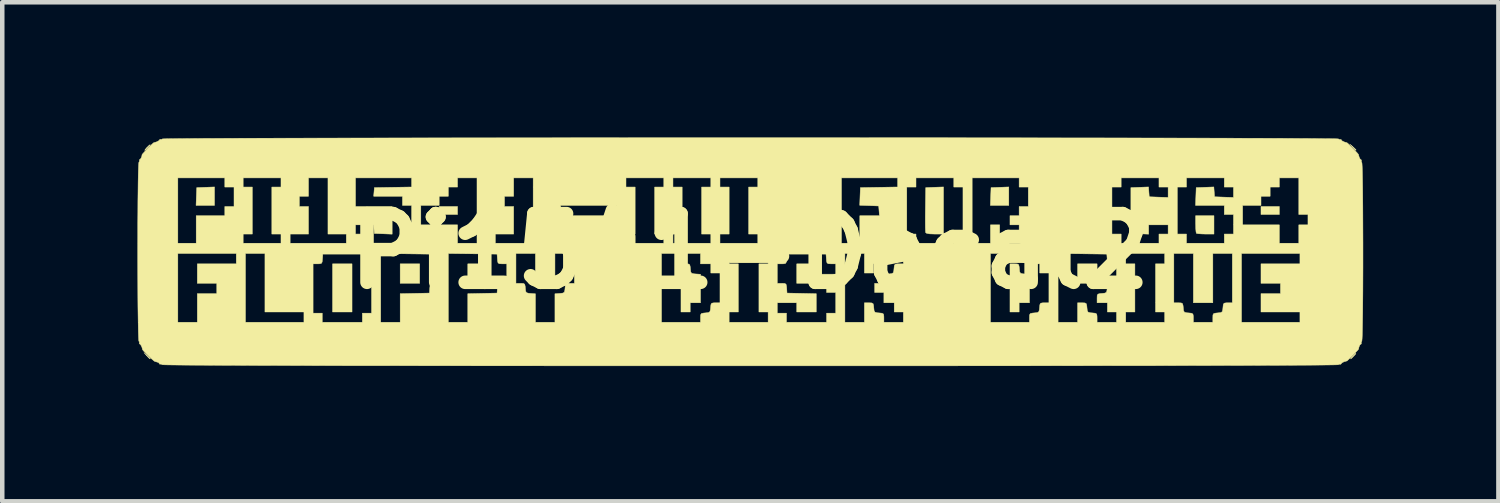
<source format=kicad_pcb>
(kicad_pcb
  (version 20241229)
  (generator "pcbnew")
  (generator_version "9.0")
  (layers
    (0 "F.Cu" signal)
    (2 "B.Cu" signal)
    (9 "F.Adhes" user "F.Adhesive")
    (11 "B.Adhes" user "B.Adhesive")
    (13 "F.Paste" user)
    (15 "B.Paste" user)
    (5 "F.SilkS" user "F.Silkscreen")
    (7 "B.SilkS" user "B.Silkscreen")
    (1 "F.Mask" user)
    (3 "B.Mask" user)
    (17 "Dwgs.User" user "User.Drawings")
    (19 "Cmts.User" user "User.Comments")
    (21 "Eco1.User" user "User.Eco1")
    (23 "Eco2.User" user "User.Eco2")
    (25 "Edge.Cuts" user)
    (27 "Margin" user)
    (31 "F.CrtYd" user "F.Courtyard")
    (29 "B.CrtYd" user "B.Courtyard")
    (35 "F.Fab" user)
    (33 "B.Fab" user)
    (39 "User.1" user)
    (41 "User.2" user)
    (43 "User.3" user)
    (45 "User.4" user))
  (footprint "Pi1541-Decal2"
    (layer "F.Cu")
    (at 13.582 2.523)
    (property "Reference" "Pi1541-Decal2" (at 0 0 0) (layer "F.SilkS") (effects (font (size 1.524 1.524) (thickness 0.3))))
    (attr through_hole)
    (fp_poly (pts (xy -11.874 -1.017) (xy -12.283 -1.017) (xy -12.268 -1.411) (xy -11.874 -1.426) (xy -11.874 -1.017)) (stroke (width 0.01) (type solid)) (fill yes) (layer "F.SilkS"))
    (fp_poly (pts (xy -8.823 1.348) (xy -9.255 1.348) (xy -9.255 0.28) (xy -8.823 0.28) (xy -8.823 1.348)) (stroke (width 0.01) (type solid)) (fill yes) (layer "F.SilkS"))
    (fp_poly (pts (xy -7.323 0.712) (xy -7.755 0.712) (xy -7.755 0.28) (xy -7.323 0.28) (xy -7.323 0.712)) (stroke (width 0.01) (type solid)) (fill yes) (layer "F.SilkS"))
    (fp_poly (pts (xy -6.483 -0.814) (xy -6.89 -0.814) (xy -6.89 -0.992) (xy -6.483 -0.992) (xy -6.483 -0.814)) (stroke (width 0.01) (type solid)) (fill yes) (layer "F.SilkS"))
    (fp_poly (pts (xy -5.822 0.712) (xy -6.255 0.712) (xy -6.255 0.28) (xy -5.822 0.28) (xy -5.822 0.712)) (stroke (width 0.01) (type solid)) (fill yes) (layer "F.SilkS"))
    (fp_poly (pts (xy 5.746 -1.017) (xy 5.337 -1.017) (xy 5.352 -1.411) (xy 5.746 -1.426) (xy 5.746 -1.017)) (stroke (width 0.01) (type solid)) (fill yes) (layer "F.SilkS"))
    (fp_poly (pts (xy 7.704 0.712) (xy 7.272 0.712) (xy 7.272 0.28) (xy 7.704 0.28) (xy 7.704 0.712)) (stroke (width 0.01) (type solid)) (fill yes) (layer "F.SilkS"))
    (fp_poly (pts (xy 11.747 -0.814) (xy 11.34 -0.814) (xy 11.34 -0.992) (xy 11.747 -0.992) (xy 11.747 -0.814)) (stroke (width 0.01) (type solid)) (fill yes) (layer "F.SilkS"))
    (fp_poly (pts (xy -13.367 2.312) (xy -13.322 2.354) (xy -13.298 2.38) (xy -13.297 2.382) (xy -13.307 2.388) (xy -13.338 2.361) (xy -13.376 2.32) (xy -13.437 2.25) (xy -13.367 2.312)) (stroke (width 0.01) (type solid)) (fill yes) (layer "F.SilkS"))
    (fp_poly (pts (xy 13.38 -2.316) (xy 13.426 -2.273) (xy 13.449 -2.248) (xy 13.45 -2.246) (xy 13.441 -2.239) (xy 13.409 -2.266) (xy 13.372 -2.307) (xy 13.31 -2.377) (xy 13.38 -2.316)) (stroke (width 0.01) (type solid)) (fill yes) (layer "F.SilkS"))
    (fp_poly (pts (xy -13.308 -2.349) (xy -13.341 -2.309) (xy -13.348 -2.301) (xy -13.392 -2.258) (xy -13.419 -2.238) (xy -13.421 -2.237) (xy -13.414 -2.253) (xy -13.382 -2.293) (xy -13.374 -2.301) (xy -13.33 -2.344) (xy -13.303 -2.364) (xy -13.301 -2.365) (xy -13.308 -2.349)) (stroke (width 0.01) (type solid)) (fill yes) (layer "F.SilkS"))
    (fp_poly (pts (xy 10.297 -0.381) (xy 10.111 -0.381) (xy 10.018 -0.384) (xy 9.946 -0.389) (xy 9.909 -0.397) (xy 9.907 -0.398) (xy 9.899 -0.43) (xy 9.893 -0.499) (xy 9.891 -0.59) (xy 9.89 -0.602) (xy 9.89 -0.788) (xy 10.297 -0.788) (xy 10.297 -0.381)) (stroke (width 0.01) (type solid)) (fill yes) (layer "F.SilkS"))
    (fp_poly (pts (xy 13.44 2.279) (xy 13.407 2.318) (xy 13.399 2.326) (xy 13.356 2.369) (xy 13.328 2.39) (xy 13.327 2.39) (xy 13.333 2.374) (xy 13.366 2.335) (xy 13.374 2.326) (xy 13.417 2.284) (xy 13.445 2.263) (xy 13.446 2.263) (xy 13.44 2.279)) (stroke (width 0.01) (type solid)) (fill yes) (layer "F.SilkS"))
    (fp_poly (pts (xy 4.297 -0.381) (xy 4.105 -0.381) (xy 3.992 -0.385) (xy 3.925 -0.397) (xy 3.901 -0.414) (xy 3.898 -0.449) (xy 3.895 -0.526) (xy 3.894 -0.636) (xy 3.894 -0.772) (xy 3.896 -0.925) (xy 3.896 -0.929) (xy 3.903 -1.411) (xy 4.1 -1.419) (xy 4.297 -1.426) (xy 4.297 -0.381)) (stroke (width 0.01) (type solid)) (fill yes) (layer "F.SilkS"))
    (fp_poly (pts (xy -1.362 0.282) (xy -1.332 0.299) (xy -1.321 0.345) (xy -1.317 0.388) (xy -1.31 0.456) (xy -1.291 0.488) (xy -1.244 0.5) (xy -1.201 0.504) (xy -1.093 0.511) (xy -1.093 1.144) (xy -1.322 1.144) (xy -1.322 1.348) (xy -1.526 1.348) (xy -1.526 0.28) (xy -1.425 0.28) (xy -1.362 0.282)) (stroke (width 0.01) (type solid)) (fill yes) (layer "F.SilkS"))
    (fp_poly (pts (xy 5.935 0.282) (xy 5.965 0.299) (xy 5.976 0.345) (xy 5.98 0.388) (xy 5.987 0.456) (xy 6.006 0.488) (xy 6.053 0.5) (xy 6.096 0.504) (xy 6.204 0.511) (xy 6.204 1.144) (xy 5.975 1.144) (xy 5.975 1.348) (xy 5.772 1.348) (xy 5.772 0.28) (xy 5.872 0.28) (xy 5.935 0.282)) (stroke (width 0.01) (type solid)) (fill yes) (layer "F.SilkS"))
    (fp_poly (pts (xy 0.926 -2.518) (xy 1.628 -2.518) (xy 2.327 -2.518) (xy 3.019 -2.517) (xy 3.704 -2.517) (xy 4.378 -2.517) (xy 5.041 -2.516) (xy 5.691 -2.516) (xy 6.326 -2.515) (xy 6.943 -2.514) (xy 7.542 -2.514) (xy 8.12 -2.513) (xy 8.675 -2.512) (xy 9.206 -2.511) (xy 9.71 -2.51) (xy 10.187 -2.509) (xy 10.634 -2.508) (xy 11.049 -2.506) (xy 11.43 -2.505) (xy 11.776 -2.504) (xy 12.085 -2.502) (xy 12.354 -2.501) (xy 12.583 -2.499) (xy 12.769 -2.497) (xy 12.91 -2.496) (xy 13.005 -2.494) (xy 13.052 -2.492) (xy 13.056 -2.491) (xy 13.087 -2.477) (xy 13.096 -2.48) (xy 13.118 -2.478) (xy 13.12 -2.471) (xy 13.142 -2.446) (xy 13.196 -2.421) (xy 13.247 -2.407) (xy 13.269 -2.39) (xy 13.314 -2.346) (xy 13.371 -2.289) (xy 13.429 -2.229) (xy 13.476 -2.179) (xy 13.5 -2.15) (xy 13.502 -2.147) (xy 13.51 -2.117) (xy 13.519 -2.085) (xy 13.54 -2.044) (xy 13.556 -2.034) (xy 13.569 -2.019) (xy 13.566 -2.01) (xy 13.569 -1.978) (xy 13.576 -1.971) (xy 13.581 -1.943) (xy 13.585 -1.87) (xy 13.589 -1.755) (xy 13.592 -1.603) (xy 13.595 -1.419) (xy 13.597 -1.208) (xy 13.599 -0.975) (xy 13.6 -0.724) (xy 13.601 -0.461) (xy 13.602 -0.189) (xy 13.602 0.087) (xy 13.602 0.361) (xy 13.601 0.629) (xy 13.6 0.887) (xy 13.598 1.129) (xy 13.596 1.351) (xy 13.593 1.547) (xy 13.59 1.714) (xy 13.587 1.847) (xy 13.583 1.94) (xy 13.578 1.99) (xy 13.576 1.997) (xy 13.562 2.027) (xy 13.566 2.036) (xy 13.564 2.058) (xy 13.556 2.059) (xy 13.534 2.08) (xy 13.514 2.124) (xy 13.506 2.166) (xy 13.506 2.168) (xy 13.491 2.189) (xy 13.45 2.233) (xy 13.394 2.291) (xy 13.335 2.35) (xy 13.284 2.4) (xy 13.252 2.43) (xy 13.247 2.433) (xy 13.18 2.452) (xy 13.132 2.478) (xy 13.12 2.496) (xy 13.104 2.509) (xy 13.096 2.505) (xy 13.063 2.509) (xy 13.056 2.517) (xy 13.031 2.519) (xy 12.957 2.521) (xy 12.835 2.523) (xy 12.664 2.525) (xy 12.445 2.527) (xy 12.177 2.528) (xy 11.86 2.53) (xy 11.494 2.531) (xy 11.079 2.533) (xy 10.615 2.534) (xy 10.101 2.535) (xy 9.538 2.536) (xy 8.926 2.538) (xy 8.264 2.538) (xy 7.552 2.539) (xy 6.79 2.54) (xy 5.978 2.541) (xy 5.116 2.541) (xy 4.203 2.542) (xy 3.241 2.542) (xy 2.227 2.542) (xy 1.163 2.542) (xy 0.049 2.542) (xy 0.013 2.542) (xy -1.103 2.542) (xy -2.169 2.542) (xy -3.184 2.542) (xy -4.148 2.542) (xy -5.062 2.541) (xy -5.926 2.541) (xy -6.739 2.54) (xy -7.503 2.539) (xy -8.216 2.538) (xy -8.88 2.538) (xy -9.494 2.537) (xy -10.059 2.535) (xy -10.574 2.534) (xy -11.04 2.533) (xy -11.456 2.531) (xy -11.824 2.53) (xy -12.142 2.528) (xy -12.412 2.527) (xy -12.633 2.525) (xy -12.805 2.523) (xy -12.928 2.521) (xy -13.004 2.519) (xy -13.031 2.517) (xy -13.031 2.517) (xy -13.061 2.502) (xy -13.07 2.505) (xy -13.093 2.504) (xy -13.094 2.496) (xy -13.115 2.47) (xy -13.139 2.461) (xy -13.186 2.448) (xy -13.201 2.443) (xy -13.227 2.424) (xy -13.276 2.38) (xy -13.336 2.323) (xy -13.396 2.265) (xy -13.443 2.216) (xy -13.467 2.188) (xy -13.468 2.187) (xy -13.487 2.12) (xy -13.513 2.072) (xy -13.531 2.059) (xy -13.544 2.044) (xy -13.54 2.036) (xy -13.543 2.003) (xy -13.551 1.997) (xy -13.555 1.969) (xy -13.559 1.895) (xy -13.563 1.78) (xy -13.566 1.628) (xy -13.569 1.445) (xy -13.572 1.234) (xy -13.574 1.001) (xy -13.575 0.75) (xy -13.576 0.486) (xy -13.577 0.214) (xy -13.577 0.051) (xy -12.687 0.051) (xy -12.687 1.576) (xy -12.255 1.576) (xy -12.255 0.941) (xy -11.823 0.941) (xy -11.823 0.712) (xy -12.255 0.712) (xy -12.255 0.28) (xy -11.391 0.28) (xy -11.391 0.051) (xy -11.187 0.051) (xy -11.187 1.576) (xy -9.89 1.576) (xy -9.89 1.348) (xy -10.755 1.348) (xy -10.755 0.28) (xy -9.687 0.28) (xy -9.687 1.373) (xy -9.484 1.373) (xy -9.484 1.576) (xy -8.594 1.576) (xy -8.187 1.576) (xy -7.755 1.576) (xy -6.687 1.576) (xy -6.255 1.576) (xy -6.255 0.942) (xy -5.606 0.928) (xy -5.598 0.82) (xy -5.591 0.752) (xy -5.573 0.721) (xy -5.53 0.712) (xy -5.49 0.712) (xy -5.39 0.712) (xy -5.39 0.28) (xy -5.49 0.28) (xy -5.553 0.277) (xy -5.584 0.26) (xy -5.595 0.215) (xy -5.598 0.172) (xy -5.606 0.064) (xy -6.607 0.051) (xy -5.187 0.051) (xy -5.187 0.712) (xy -5.087 0.712) (xy -5.024 0.714) (xy -4.993 0.731) (xy -4.982 0.777) (xy -4.978 0.82) (xy -4.971 0.888) (xy -4.952 0.92) (xy -4.906 0.932) (xy -4.863 0.936) (xy -4.755 0.944) (xy -4.755 1.576) (xy -4.322 1.576) (xy -4.322 0.944) (xy -4.214 0.936) (xy -4.146 0.928) (xy -4.114 0.909) (xy -4.102 0.863) (xy -4.098 0.82) (xy -4.091 0.752) (xy -4.073 0.721) (xy -4.03 0.712) (xy -3.99 0.712) (xy -3.89 0.712) (xy -3.89 0.051) (xy -1.958 0.051) (xy -1.958 1.576) (xy -1.093 1.576) (xy -1.093 1.476) (xy -1.091 1.413) (xy -1.074 1.383) (xy -1.028 1.372) (xy -0.985 1.368) (xy -0.917 1.361) (xy -0.885 1.341) (xy -0.873 1.295) (xy -0.869 1.252) (xy -0.862 1.185) (xy -0.844 1.153) (xy -0.801 1.145) (xy -0.761 1.144) (xy -0.661 1.144) (xy -0.661 0.483) (xy -0.864 0.483) (xy -0.864 0.28) (xy -1.093 0.28) (xy -1.093 0.051) (xy -0.458 0.051) (xy -0.458 0.28) (xy -0.254 0.28) (xy -0.254 1.348) (xy -0.458 1.348) (xy -0.458 1.576) (xy 0.407 1.576) (xy 0.407 1.348) (xy 0.203 1.348) (xy 0.203 0.28) (xy 0.407 0.28) (xy 0.61 0.28) (xy 0.61 0.712) (xy 0.71 0.712) (xy 0.773 0.714) (xy 0.804 0.731) (xy 0.815 0.777) (xy 0.819 0.82) (xy 0.826 0.928) (xy 1.475 0.942) (xy 1.475 1.348) (xy 1.042 1.348) (xy 1.042 1.144) (xy 0.61 1.144) (xy 0.61 1.373) (xy 0.814 1.373) (xy 0.814 1.576) (xy 1.704 1.576) (xy 1.704 1.373) (xy 1.907 1.373) (xy 1.907 0.915) (xy 1.704 0.915) (xy 1.704 0.712) (xy 1.042 0.712) (xy 1.042 0.28) (xy 1.475 0.28) (xy 1.475 0.509) (xy 1.907 0.509) (xy 1.907 0.28) (xy 1.807 0.28) (xy 1.744 0.277) (xy 1.714 0.26) (xy 1.702 0.215) (xy 1.699 0.172) (xy 1.691 0.064) (xy 0.826 0.064) (xy 0.819 0.172) (xy 0.811 0.239) (xy 0.793 0.27) (xy 0.75 0.279) (xy 0.71 0.28) (xy 0.61 0.28) (xy 0.407 0.28) (xy 0.407 0.051) (xy 2.11 0.051) (xy 2.11 1.576) (xy 2.543 1.576) (xy 2.543 1.144) (xy 2.643 1.144) (xy 2.706 1.147) (xy 2.736 1.164) (xy 2.747 1.209) (xy 2.751 1.252) (xy 2.758 1.32) (xy 2.777 1.352) (xy 2.824 1.365) (xy 2.867 1.368) (xy 2.934 1.375) (xy 2.966 1.393) (xy 2.974 1.436) (xy 2.975 1.476) (xy 2.975 1.576) (xy 3.407 1.576) (xy 3.407 1.348) (xy 3.204 1.348) (xy 3.204 1.144) (xy 2.975 1.144) (xy 2.975 0.915) (xy 2.771 0.915) (xy 2.771 0.712) (xy 2.873 0.712) (xy 2.938 0.709) (xy 2.967 0.692) (xy 2.975 0.646) (xy 2.975 0.612) (xy 2.977 0.549) (xy 2.994 0.519) (xy 3.04 0.507) (xy 3.083 0.504) (xy 3.151 0.496) (xy 3.183 0.477) (xy 3.195 0.431) (xy 3.199 0.388) (xy 3.206 0.32) (xy 3.224 0.289) (xy 3.267 0.28) (xy 3.307 0.28) (xy 3.407 0.28) (xy 3.407 0.051) (xy 5.339 0.051) (xy 5.339 1.576) (xy 6.204 1.576) (xy 6.839 1.576) (xy 7.272 1.576) (xy 7.272 1.144) (xy 7.372 1.144) (xy 7.435 1.147) (xy 7.465 1.164) (xy 7.476 1.209) (xy 7.48 1.252) (xy 7.487 1.32) (xy 7.507 1.352) (xy 7.553 1.365) (xy 7.596 1.368) (xy 7.664 1.375) (xy 7.695 1.393) (xy 7.703 1.436) (xy 7.704 1.476) (xy 7.704 1.576) (xy 8.136 1.576) (xy 8.136 1.348) (xy 7.933 1.348) (xy 7.933 1.144) (xy 7.704 1.144) (xy 7.704 1.044) (xy 7.706 0.981) (xy 7.723 0.951) (xy 7.769 0.939) (xy 7.812 0.936) (xy 7.88 0.928) (xy 7.912 0.909) (xy 7.924 0.863) (xy 7.928 0.82) (xy 7.935 0.752) (xy 7.953 0.721) (xy 7.996 0.712) (xy 8.036 0.712) (xy 8.136 0.712) (xy 8.136 0.28) (xy 8.036 0.28) (xy 7.973 0.277) (xy 7.943 0.26) (xy 7.931 0.215) (xy 7.928 0.172) (xy 7.92 0.064) (xy 7.38 0.057) (xy 6.919 0.051) (xy 8.34 0.051) (xy 8.34 0.28) (xy 8.543 0.28) (xy 8.543 1.348) (xy 8.34 1.348) (xy 8.34 1.576) (xy 9.204 1.576) (xy 9.204 1.348) (xy 9.001 1.348) (xy 9.001 0.28) (xy 9.204 0.28) (xy 9.204 0.051) (xy 9.407 0.051) (xy 9.407 1.144) (xy 9.508 1.144) (xy 9.571 1.147) (xy 9.601 1.164) (xy 9.612 1.209) (xy 9.616 1.252) (xy 9.623 1.32) (xy 9.642 1.352) (xy 9.689 1.365) (xy 9.732 1.368) (xy 9.799 1.375) (xy 9.83 1.393) (xy 9.839 1.436) (xy 9.84 1.476) (xy 9.84 1.576) (xy 10.272 1.576) (xy 10.272 1.476) (xy 10.274 1.413) (xy 10.291 1.383) (xy 10.337 1.372) (xy 10.38 1.368) (xy 10.448 1.361) (xy 10.48 1.341) (xy 10.492 1.295) (xy 10.496 1.252) (xy 10.503 1.185) (xy 10.521 1.153) (xy 10.564 1.145) (xy 10.604 1.144) (xy 10.704 1.144) (xy 10.704 0.051) (xy 10.908 0.051) (xy 10.908 1.576) (xy 12.204 1.576) (xy 12.204 1.348) (xy 11.34 1.348) (xy 11.34 0.941) (xy 11.772 0.941) (xy 11.772 0.712) (xy 11.34 0.712) (xy 11.34 0.28) (xy 12.204 0.28) (xy 12.204 0.051) (xy 10.908 0.051) (xy 10.704 0.051) (xy 10.272 0.051) (xy 10.272 1.144) (xy 9.84 1.144) (xy 9.84 0.051) (xy 9.407 0.051) (xy 9.204 0.051) (xy 8.34 0.051) (xy 6.919 0.051) (xy 6.839 0.05) (xy 6.839 1.576) (xy 6.204 1.576) (xy 6.204 1.476) (xy 6.206 1.413) (xy 6.223 1.383) (xy 6.269 1.372) (xy 6.312 1.368) (xy 6.38 1.361) (xy 6.412 1.341) (xy 6.424 1.295) (xy 6.428 1.252) (xy 6.435 1.185) (xy 6.453 1.153) (xy 6.496 1.145) (xy 6.536 1.144) (xy 6.636 1.144) (xy 6.636 0.483) (xy 6.433 0.483) (xy 6.433 0.28) (xy 6.204 0.28) (xy 6.204 0.051) (xy 5.339 0.051) (xy 3.407 0.051) (xy 2.975 0.051) (xy 2.975 0.28) (xy 2.746 0.28) (xy 2.746 0.483) (xy 2.543 0.483) (xy 2.543 0.051) (xy 2.11 0.051) (xy 0.407 0.051) (xy -0.458 0.051) (xy -1.093 0.051) (xy -1.958 0.051) (xy -3.89 0.051) (xy -4.322 0.051) (xy -4.322 0.712) (xy -4.755 0.712) (xy -4.755 0.051) (xy -5.187 0.051) (xy -6.607 0.051) (xy -6.687 0.05) (xy -6.687 1.576) (xy -7.755 1.576) (xy -7.755 0.942) (xy -7.106 0.928) (xy -7.099 0.82) (xy -7.091 0.752) (xy -7.073 0.721) (xy -7.031 0.712) (xy -6.991 0.712) (xy -6.89 0.712) (xy -6.89 0.28) (xy -6.991 0.28) (xy -7.053 0.277) (xy -7.084 0.26) (xy -7.095 0.215) (xy -7.099 0.172) (xy -7.106 0.064) (xy -8.187 0.05) (xy -8.187 1.576) (xy -8.594 1.576) (xy -8.594 1.373) (xy -8.39 1.373) (xy -8.39 0.28) (xy -8.491 0.28) (xy -8.554 0.277) (xy -8.584 0.26) (xy -8.595 0.215) (xy -8.599 0.172) (xy -8.607 0.064) (xy -9.471 0.064) (xy -9.479 0.172) (xy -9.486 0.239) (xy -9.504 0.27) (xy -9.547 0.279) (xy -9.587 0.28) (xy -9.687 0.28) (xy -10.755 0.28) (xy -10.755 0.051) (xy -11.187 0.051) (xy -11.391 0.051) (xy -12.687 0.051) (xy -13.577 0.051) (xy -13.577 -0.062) (xy -13.576 -0.336) (xy -13.576 -0.604) (xy -13.574 -0.861) (xy -13.573 -1.103) (xy -13.57 -1.325) (xy -13.568 -1.522) (xy -13.566 -1.627) (xy -12.687 -1.627) (xy -12.687 -0.178) (xy -12.28 -0.178) (xy -12.28 -0.788) (xy -11.645 -0.788) (xy -11.645 -0.992) (xy -11.441 -0.992) (xy -11.441 -1.424) (xy -11.645 -1.424) (xy -11.645 -1.627) (xy -11.238 -1.627) (xy -11.238 -1.424) (xy -11.035 -1.424) (xy -11.035 -0.381) (xy -11.238 -0.381) (xy -11.238 -0.178) (xy -10.399 -0.178) (xy -10.399 -0.381) (xy -10.196 -0.381) (xy -10.196 -0.178) (xy -8.95 -0.178) (xy -8.95 -0.381) (xy -9.357 -0.381) (xy -9.357 -1.627) (xy -8.746 -1.627) (xy -8.746 -0.992) (xy -7.933 -0.992) (xy -7.933 -0.379) (xy -8.13 -0.387) (xy -8.327 -0.394) (xy -8.335 -0.489) (xy -8.343 -0.585) (xy -8.746 -0.585) (xy -8.746 -0.381) (xy -8.543 -0.381) (xy -8.543 -0.178) (xy -7.704 -0.178) (xy -7.704 -0.381) (xy -7.501 -0.381) (xy -7.501 -1.017) (xy -7.297 -1.017) (xy -7.297 -0.585) (xy -6.483 -0.585) (xy -6.483 -0.178) (xy -6.051 -0.178) (xy -6.051 -0.381) (xy -5.644 -0.381) (xy -5.644 -0.178) (xy -4.399 -0.178) (xy -4.399 -0.381) (xy -4.805 -0.381) (xy -4.805 -1.017) (xy -4.195 -1.017) (xy -4.195 -0.788) (xy -2.949 -0.788) (xy -2.949 -1.017) (xy -4.195 -1.017) (xy -4.805 -1.017) (xy -4.805 -1.627) (xy -2.746 -1.627) (xy -2.746 -1.424) (xy -2.543 -1.424) (xy -2.543 -0.381) (xy -2.746 -0.381) (xy -2.746 -0.178) (xy -1.907 -0.178) (xy -1.907 -0.381) (xy -2.11 -0.381) (xy -2.11 -1.424) (xy -1.907 -1.424) (xy -1.907 -1.627) (xy -1.704 -1.627) (xy -1.704 -1.424) (xy -1.5 -1.424) (xy -1.5 -0.381) (xy -1.704 -0.381) (xy -1.704 -0.178) (xy -0.864 -0.178) (xy -0.864 -0.381) (xy -1.068 -0.381) (xy -1.068 -1.424) (xy -0.864 -1.424) (xy -0.864 -1.627) (xy -0.661 -1.627) (xy -0.661 -1.424) (xy -0.458 -1.424) (xy -0.458 -0.381) (xy -0.661 -0.381) (xy -0.661 -0.178) (xy 0.178 -0.178) (xy 0.178 -0.381) (xy -0.025 -0.381) (xy -0.025 -1.424) (xy 0.178 -1.424) (xy 0.178 -1.627) (xy 2.034 -1.627) (xy 2.034 -0.178) (xy 2.441 -0.178) (xy 2.441 -0.788) (xy 2.876 -0.788) (xy 2.868 -0.896) (xy 2.86 -1.004) (xy 2.65 -1.012) (xy 2.439 -1.019) (xy 2.446 -1.215) (xy 2.454 -1.411) (xy 2.867 -1.418) (xy 3.205 -1.424) (xy 3.483 -1.424) (xy 3.483 -0.381) (xy 3.687 -0.381) (xy 3.687 -0.178) (xy 4.526 -0.178) (xy 4.526 -0.381) (xy 4.729 -0.381) (xy 4.729 -1.424) (xy 4.526 -1.424) (xy 4.526 -1.627) (xy 4.933 -1.627) (xy 4.933 -0.178) (xy 5.339 -0.178) (xy 5.339 -0.585) (xy 5.543 -0.585) (xy 5.543 -0.381) (xy 5.746 -0.381) (xy 5.746 -0.178) (xy 6.178 -0.178) (xy 6.178 -0.381) (xy 5.975 -0.381) (xy 5.975 -0.585) (xy 5.772 -0.585) (xy 5.772 -0.788) (xy 5.975 -0.788) (xy 5.975 -0.992) (xy 6.178 -0.992) (xy 6.178 -1.424) (xy 8.034 -1.424) (xy 8.034 -0.381) (xy 8.238 -0.381) (xy 8.238 -0.178) (xy 9.077 -0.178) (xy 9.077 -0.381) (xy 9.28 -0.381) (xy 9.28 -0.585) (xy 8.848 -0.585) (xy 8.848 -0.379) (xy 8.651 -0.387) (xy 8.454 -0.394) (xy 8.454 -1.411) (xy 8.845 -1.426) (xy 8.853 -1.317) (xy 8.861 -1.208) (xy 9.071 -1.2) (xy 9.28 -1.193) (xy 9.28 -1.424) (xy 9.484 -1.424) (xy 9.484 -0.381) (xy 9.687 -0.381) (xy 9.687 -0.178) (xy 10.526 -0.178) (xy 10.526 -0.381) (xy 10.73 -0.381) (xy 10.73 -0.814) (xy 10.526 -0.814) (xy 10.526 -1.017) (xy 10.933 -1.017) (xy 10.933 -0.585) (xy 11.747 -0.585) (xy 11.747 -0.178) (xy 12.179 -0.178) (xy 12.179 -0.585) (xy 12.382 -0.585) (xy 12.382 -0.814) (xy 12.179 -0.814) (xy 12.179 -1.627) (xy 11.747 -1.627) (xy 11.747 -1.424) (xy 11.543 -1.424) (xy 11.543 -1.22) (xy 11.34 -1.22) (xy 11.34 -1.017) (xy 10.933 -1.017) (xy 10.526 -1.017) (xy 9.888 -1.017) (xy 9.903 -1.411) (xy 10.294 -1.426) (xy 10.302 -1.317) (xy 10.31 -1.208) (xy 10.52 -1.2) (xy 10.73 -1.193) (xy 10.73 -1.424) (xy 10.526 -1.424) (xy 10.526 -1.627) (xy 9.687 -1.627) (xy 9.687 -1.424) (xy 9.484 -1.424) (xy 9.28 -1.424) (xy 9.077 -1.424) (xy 9.077 -1.627) (xy 8.238 -1.627) (xy 8.238 -1.424) (xy 8.034 -1.424) (xy 6.178 -1.424) (xy 5.975 -1.424) (xy 5.975 -1.627) (xy 4.933 -1.627) (xy 4.526 -1.627) (xy 3.687 -1.627) (xy 3.687 -1.424) (xy 3.483 -1.424) (xy 3.205 -1.424) (xy 3.28 -1.425) (xy 3.28 -1.627) (xy 2.034 -1.627) (xy 0.178 -1.627) (xy -0.661 -1.627) (xy -0.864 -1.627) (xy -1.704 -1.627) (xy -1.907 -1.627) (xy -2.746 -1.627) (xy -4.805 -1.627) (xy -5.238 -1.627) (xy -5.238 -1.22) (xy -5.441 -1.22) (xy -5.441 -0.992) (xy -5.238 -0.992) (xy -5.238 -0.381) (xy -5.644 -0.381) (xy -6.051 -0.381) (xy -6.051 -0.585) (xy -5.848 -0.585) (xy -5.848 -0.814) (xy -6.051 -0.814) (xy -6.051 -1.627) (xy -6.483 -1.627) (xy -6.483 -1.424) (xy -6.687 -1.424) (xy -6.687 -1.22) (xy -6.89 -1.22) (xy -6.89 -1.017) (xy -7.297 -1.017) (xy -7.501 -1.017) (xy -7.704 -1.017) (xy -7.704 -1.22) (xy -8.343 -1.22) (xy -8.327 -1.411) (xy -7.914 -1.418) (xy -7.501 -1.425) (xy -7.501 -1.627) (xy -8.746 -1.627) (xy -9.357 -1.627) (xy -9.789 -1.627) (xy -9.789 -1.22) (xy -9.992 -1.22) (xy -9.992 -0.992) (xy -9.789 -0.992) (xy -9.789 -0.381) (xy -10.196 -0.381) (xy -10.399 -0.381) (xy -10.602 -0.381) (xy -10.602 -1.424) (xy -10.399 -1.424) (xy -10.399 -1.627) (xy -11.238 -1.627) (xy -11.645 -1.627) (xy -12.687 -1.627) (xy -13.566 -1.627) (xy -13.565 -1.689) (xy -13.561 -1.821) (xy -13.557 -1.915) (xy -13.553 -1.964) (xy -13.551 -1.971) (xy -13.537 -2.002) (xy -13.54 -2.01) (xy -13.538 -2.033) (xy -13.531 -2.034) (xy -13.509 -2.055) (xy -13.488 -2.099) (xy -13.481 -2.14) (xy -13.481 -2.143) (xy -13.465 -2.163) (xy -13.424 -2.208) (xy -13.369 -2.265) (xy -13.31 -2.325) (xy -13.259 -2.375) (xy -13.227 -2.404) (xy -13.221 -2.407) (xy -13.155 -2.427) (xy -13.107 -2.453) (xy -13.094 -2.471) (xy -13.079 -2.484) (xy -13.07 -2.48) (xy -13.038 -2.483) (xy -13.031 -2.491) (xy -13.005 -2.493) (xy -12.929 -2.495) (xy -12.807 -2.497) (xy -12.639 -2.498) (xy -12.427 -2.5) (xy -12.174 -2.502) (xy -11.882 -2.503) (xy -11.551 -2.504) (xy -11.184 -2.506) (xy -10.782 -2.507) (xy -10.348 -2.508) (xy -9.884 -2.509) (xy -9.39 -2.51) (xy -8.87 -2.511) (xy -8.325 -2.512) (xy -7.756 -2.513) (xy -7.165 -2.514) (xy -6.555 -2.515) (xy -5.928 -2.515) (xy -5.284 -2.516) (xy -4.626 -2.516) (xy -3.956 -2.517) (xy -3.275 -2.517) (xy -2.586 -2.518) (xy -1.89 -2.518) (xy -1.189 -2.518) (xy -0.485 -2.518) (xy 0.221 -2.518) (xy 0.926 -2.518)) (stroke (width 0.01) (type solid)) (fill yes) (layer "F.SilkS")))
  (gr_rect
    (start -3 -3)
    (end 30.189 8.07)
    (stroke (width 0.1) (type default))
    (fill no)
    (layer "Edge.Cuts")))
</source>
